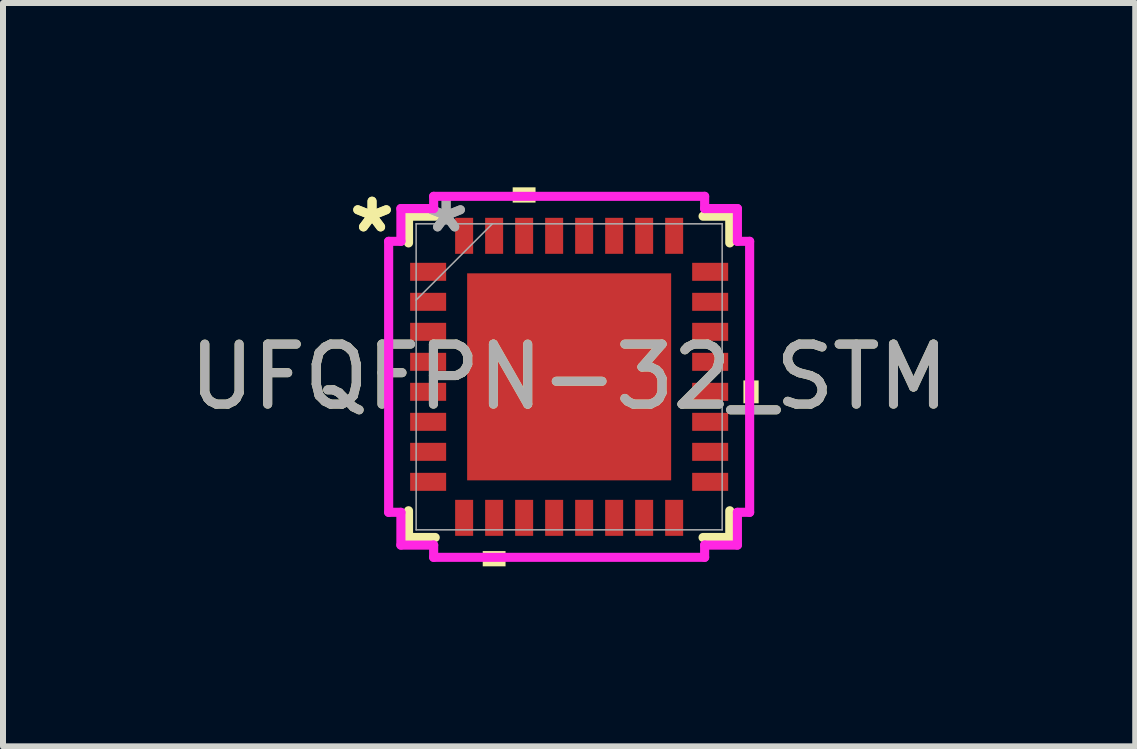
<source format=kicad_pcb>
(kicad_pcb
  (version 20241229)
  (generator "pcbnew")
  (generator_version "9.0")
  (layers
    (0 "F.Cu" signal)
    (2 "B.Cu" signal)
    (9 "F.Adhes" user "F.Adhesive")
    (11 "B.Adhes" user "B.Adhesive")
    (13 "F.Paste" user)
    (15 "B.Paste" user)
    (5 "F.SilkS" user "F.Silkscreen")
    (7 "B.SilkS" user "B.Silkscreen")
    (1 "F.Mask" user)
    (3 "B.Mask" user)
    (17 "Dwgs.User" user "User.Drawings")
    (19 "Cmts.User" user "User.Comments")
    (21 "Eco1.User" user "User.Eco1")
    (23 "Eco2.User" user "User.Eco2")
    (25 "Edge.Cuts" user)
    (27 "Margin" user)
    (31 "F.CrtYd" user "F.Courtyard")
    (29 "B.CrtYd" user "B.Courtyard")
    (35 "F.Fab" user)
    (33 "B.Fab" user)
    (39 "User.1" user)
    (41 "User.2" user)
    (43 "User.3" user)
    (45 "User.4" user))
  (footprint "UFQFPN-32_STM"
    (layer "F.Cu")
    (at 6.435 3.23)
    (property "Reference" "UFQFPN-32_STM" (at 0 0 0) (unlocked yes) (layer "F.SilkS") (effects (font (size 1 1) (thickness 0.15))))
    (attr smd)
    (fp_line (start -2.677 -2.677) (end -2.677 -2.232) (stroke (width 0.152) (type solid)) (layer "F.SilkS"))
    (fp_line (start -2.677 2.232) (end -2.677 2.677) (stroke (width 0.152) (type solid)) (layer "F.SilkS"))
    (fp_line (start -2.677 2.677) (end -2.232 2.677) (stroke (width 0.152) (type solid)) (layer "F.SilkS"))
    (fp_line (start -2.232 -2.677) (end -2.677 -2.677) (stroke (width 0.152) (type solid)) (layer "F.SilkS"))
    (fp_line (start 2.232 2.677) (end 2.677 2.677) (stroke (width 0.152) (type solid)) (layer "F.SilkS"))
    (fp_line (start 2.677 -2.677) (end 2.232 -2.677) (stroke (width 0.152) (type solid)) (layer "F.SilkS"))
    (fp_line (start 2.677 -2.232) (end 2.677 -2.677) (stroke (width 0.152) (type solid)) (layer "F.SilkS"))
    (fp_line (start 2.677 2.677) (end 2.677 2.232) (stroke (width 0.152) (type solid)) (layer "F.SilkS"))
    (fp_poly (pts (xy -1.44 2.904) (xy -1.44 3.158) (xy -1.06 3.158) (xy -1.06 2.904)) (stroke (width 0) (type solid)) (fill yes) (layer "F.SilkS"))
    (fp_poly (pts (xy -0.941 -2.904) (xy -0.941 -3.158) (xy -0.56 -3.158) (xy -0.56 -2.904)) (stroke (width 0) (type solid)) (fill yes) (layer "F.SilkS"))
    (fp_poly (pts (xy 3.158 0.06) (xy 3.158 0.441) (xy 2.904 0.441) (xy 2.904 0.06)) (stroke (width 0) (type solid)) (fill yes) (layer "F.SilkS"))
    (fp_poly (pts (xy -1.6 -1.625) (xy -1.6 -0.1) (xy -0.1 -0.1) (xy -0.1 -1.625)) (stroke (width 0) (type solid)) (fill yes) (layer "F.Paste"))
    (fp_poly (pts (xy -1.6 0.1) (xy -1.6 1.625) (xy -0.1 1.625) (xy -0.1 0.1)) (stroke (width 0) (type solid)) (fill yes) (layer "F.Paste"))
    (fp_poly (pts (xy 0.1 -1.625) (xy 0.1 -0.1) (xy 1.6 -0.1) (xy 1.6 -1.625)) (stroke (width 0) (type solid)) (fill yes) (layer "F.Paste"))
    (fp_poly (pts (xy 0.1 0.1) (xy 0.1 1.625) (xy 1.6 1.625) (xy 1.6 0.1)) (stroke (width 0) (type solid)) (fill yes) (layer "F.Paste"))
    (fp_line (start -3.008 -2.258) (end -2.804 -2.258) (stroke (width 0.152) (type solid)) (layer "F.CrtYd"))
    (fp_line (start -3.008 2.258) (end -3.008 -2.258) (stroke (width 0.152) (type solid)) (layer "F.CrtYd"))
    (fp_line (start -2.804 -2.804) (end -2.258 -2.804) (stroke (width 0.152) (type solid)) (layer "F.CrtYd"))
    (fp_line (start -2.804 -2.258) (end -2.804 -2.804) (stroke (width 0.152) (type solid)) (layer "F.CrtYd"))
    (fp_line (start -2.804 2.258) (end -3.008 2.258) (stroke (width 0.152) (type solid)) (layer "F.CrtYd"))
    (fp_line (start -2.804 2.804) (end -2.804 2.258) (stroke (width 0.152) (type solid)) (layer "F.CrtYd"))
    (fp_line (start -2.258 -3.008) (end 2.258 -3.008) (stroke (width 0.152) (type solid)) (layer "F.CrtYd"))
    (fp_line (start -2.258 -2.804) (end -2.258 -3.008) (stroke (width 0.152) (type solid)) (layer "F.CrtYd"))
    (fp_line (start -2.258 2.804) (end -2.804 2.804) (stroke (width 0.152) (type solid)) (layer "F.CrtYd"))
    (fp_line (start -2.258 3.008) (end -2.258 2.804) (stroke (width 0.152) (type solid)) (layer "F.CrtYd"))
    (fp_line (start 2.258 -3.008) (end 2.258 -2.804) (stroke (width 0.152) (type solid)) (layer "F.CrtYd"))
    (fp_line (start 2.258 -2.804) (end 2.804 -2.804) (stroke (width 0.152) (type solid)) (layer "F.CrtYd"))
    (fp_line (start 2.258 2.804) (end 2.258 3.008) (stroke (width 0.152) (type solid)) (layer "F.CrtYd"))
    (fp_line (start 2.258 3.008) (end -2.258 3.008) (stroke (width 0.152) (type solid)) (layer "F.CrtYd"))
    (fp_line (start 2.804 -2.804) (end 2.804 -2.258) (stroke (width 0.152) (type solid)) (layer "F.CrtYd"))
    (fp_line (start 2.804 -2.258) (end 3.008 -2.258) (stroke (width 0.152) (type solid)) (layer "F.CrtYd"))
    (fp_line (start 2.804 2.258) (end 2.804 2.804) (stroke (width 0.152) (type solid)) (layer "F.CrtYd"))
    (fp_line (start 2.804 2.804) (end 2.258 2.804) (stroke (width 0.152) (type solid)) (layer "F.CrtYd"))
    (fp_line (start 3.008 -2.258) (end 3.008 2.258) (stroke (width 0.152) (type solid)) (layer "F.CrtYd"))
    (fp_line (start 3.008 2.258) (end 2.804 2.258) (stroke (width 0.152) (type solid)) (layer "F.CrtYd"))
    (fp_line (start -2.55 -2.55) (end -2.55 2.55) (stroke (width 0.025) (type solid)) (layer "F.Fab"))
    (fp_line (start -2.55 -1.28) (end -1.28 -2.55) (stroke (width 0.025) (type solid)) (layer "F.Fab"))
    (fp_line (start -2.55 2.55) (end 2.55 2.55) (stroke (width 0.025) (type solid)) (layer "F.Fab"))
    (fp_line (start 2.55 -2.55) (end -2.55 -2.55) (stroke (width 0.025) (type solid)) (layer "F.Fab"))
    (fp_line (start 2.55 2.55) (end 2.55 -2.55) (stroke (width 0.025) (type solid)) (layer "F.Fab"))
    (fp_text user "*" (at -3.285 -2.382 0) (unlocked yes) (layer "F.SilkS") (effects (font (size 1 1) (thickness 0.15))))
    (fp_text user "*" (at -3.285 -2.382 0) (layer "F.SilkS") (effects (font (size 1 1) (thickness 0.15))))
    (fp_text user "*" (at -2.05 -2.382 0) (layer "F.Fab") (effects (font (size 1 1) (thickness 0.15))))
    (fp_text user "${REFERENCE}" (at 0 0 0) (unlocked yes) (layer "F.Fab") (effects (font (size 1 1) (thickness 0.15))))
    (fp_text user "*" (at -2.05 -2.382 0) (unlocked yes) (layer "F.Fab") (effects (font (size 1 1) (thickness 0.15))))
    (pad "1" smd rect (at -2.35 -1.75 90) (size 0.3 0.6) (layers "F.Cu" "F.Mask" "F.Paste"))
    (pad "2" smd rect (at -2.35 -1.25 90) (size 0.3 0.6) (layers "F.Cu" "F.Mask" "F.Paste"))
    (pad "3" smd rect (at -2.35 -0.75 90) (size 0.3 0.6) (layers "F.Cu" "F.Mask" "F.Paste"))
    (pad "4" smd rect (at -2.35 -0.25 90) (size 0.3 0.6) (layers "F.Cu" "F.Mask" "F.Paste"))
    (pad "5" smd rect (at -2.35 0.25 90) (size 0.3 0.6) (layers "F.Cu" "F.Mask" "F.Paste"))
    (pad "6" smd rect (at -2.35 0.75 90) (size 0.3 0.6) (layers "F.Cu" "F.Mask" "F.Paste"))
    (pad "7" smd rect (at -2.35 1.25 90) (size 0.3 0.6) (layers "F.Cu" "F.Mask" "F.Paste"))
    (pad "8" smd rect (at -2.35 1.75 90) (size 0.3 0.6) (layers "F.Cu" "F.Mask" "F.Paste"))
    (pad "9" smd rect (at -1.75 2.35) (size 0.3 0.6) (layers "F.Cu" "F.Mask" "F.Paste"))
    (pad "10" smd rect (at -1.25 2.35) (size 0.3 0.6) (layers "F.Cu" "F.Mask" "F.Paste"))
    (pad "11" smd rect (at -0.75 2.35) (size 0.3 0.6) (layers "F.Cu" "F.Mask" "F.Paste"))
    (pad "12" smd rect (at -0.25 2.35) (size 0.3 0.6) (layers "F.Cu" "F.Mask" "F.Paste"))
    (pad "13" smd rect (at 0.25 2.35) (size 0.3 0.6) (layers "F.Cu" "F.Mask" "F.Paste"))
    (pad "14" smd rect (at 0.75 2.35) (size 0.3 0.6) (layers "F.Cu" "F.Mask" "F.Paste"))
    (pad "15" smd rect (at 1.25 2.35) (size 0.3 0.6) (layers "F.Cu" "F.Mask" "F.Paste"))
    (pad "16" smd rect (at 1.75 2.35) (size 0.3 0.6) (layers "F.Cu" "F.Mask" "F.Paste"))
    (pad "17" smd rect (at 2.35 1.75 90) (size 0.3 0.6) (layers "F.Cu" "F.Mask" "F.Paste"))
    (pad "18" smd rect (at 2.35 1.25 90) (size 0.3 0.6) (layers "F.Cu" "F.Mask" "F.Paste"))
    (pad "19" smd rect (at 2.35 0.75 90) (size 0.3 0.6) (layers "F.Cu" "F.Mask" "F.Paste"))
    (pad "20" smd rect (at 2.35 0.25 90) (size 0.3 0.6) (layers "F.Cu" "F.Mask" "F.Paste"))
    (pad "21" smd rect (at 2.35 -0.25 90) (size 0.3 0.6) (layers "F.Cu" "F.Mask" "F.Paste"))
    (pad "22" smd rect (at 2.35 -0.75 90) (size 0.3 0.6) (layers "F.Cu" "F.Mask" "F.Paste"))
    (pad "23" smd rect (at 2.35 -1.25 90) (size 0.3 0.6) (layers "F.Cu" "F.Mask" "F.Paste"))
    (pad "24" smd rect (at 2.35 -1.75 90) (size 0.3 0.6) (layers "F.Cu" "F.Mask" "F.Paste"))
    (pad "25" smd rect (at 1.75 -2.35) (size 0.3 0.6) (layers "F.Cu" "F.Mask" "F.Paste"))
    (pad "26" smd rect (at 1.25 -2.35) (size 0.3 0.6) (layers "F.Cu" "F.Mask" "F.Paste"))
    (pad "27" smd rect (at 0.75 -2.35) (size 0.3 0.6) (layers "F.Cu" "F.Mask" "F.Paste"))
    (pad "28" smd rect (at 0.25 -2.35) (size 0.3 0.6) (layers "F.Cu" "F.Mask" "F.Paste"))
    (pad "29" smd rect (at -0.25 -2.35) (size 0.3 0.6) (layers "F.Cu" "F.Mask" "F.Paste"))
    (pad "30" smd rect (at -0.75 -2.35) (size 0.3 0.6) (layers "F.Cu" "F.Mask" "F.Paste"))
    (pad "31" smd rect (at -1.25 -2.35) (size 0.3 0.6) (layers "F.Cu" "F.Mask" "F.Paste"))
    (pad "32" smd rect (at -1.75 -2.35) (size 0.3 0.6) (layers "F.Cu" "F.Mask" "F.Paste"))
    (pad "33" smd rect (at 0 0) (size 3.4 3.45) (layers "F.Cu" "F.Mask")))
  (gr_rect
    (start -3 -3)
    (end 15.869 9.388)
    (stroke (width 0.1) (type default))
    (fill no)
    (layer "Edge.Cuts")))
</source>
